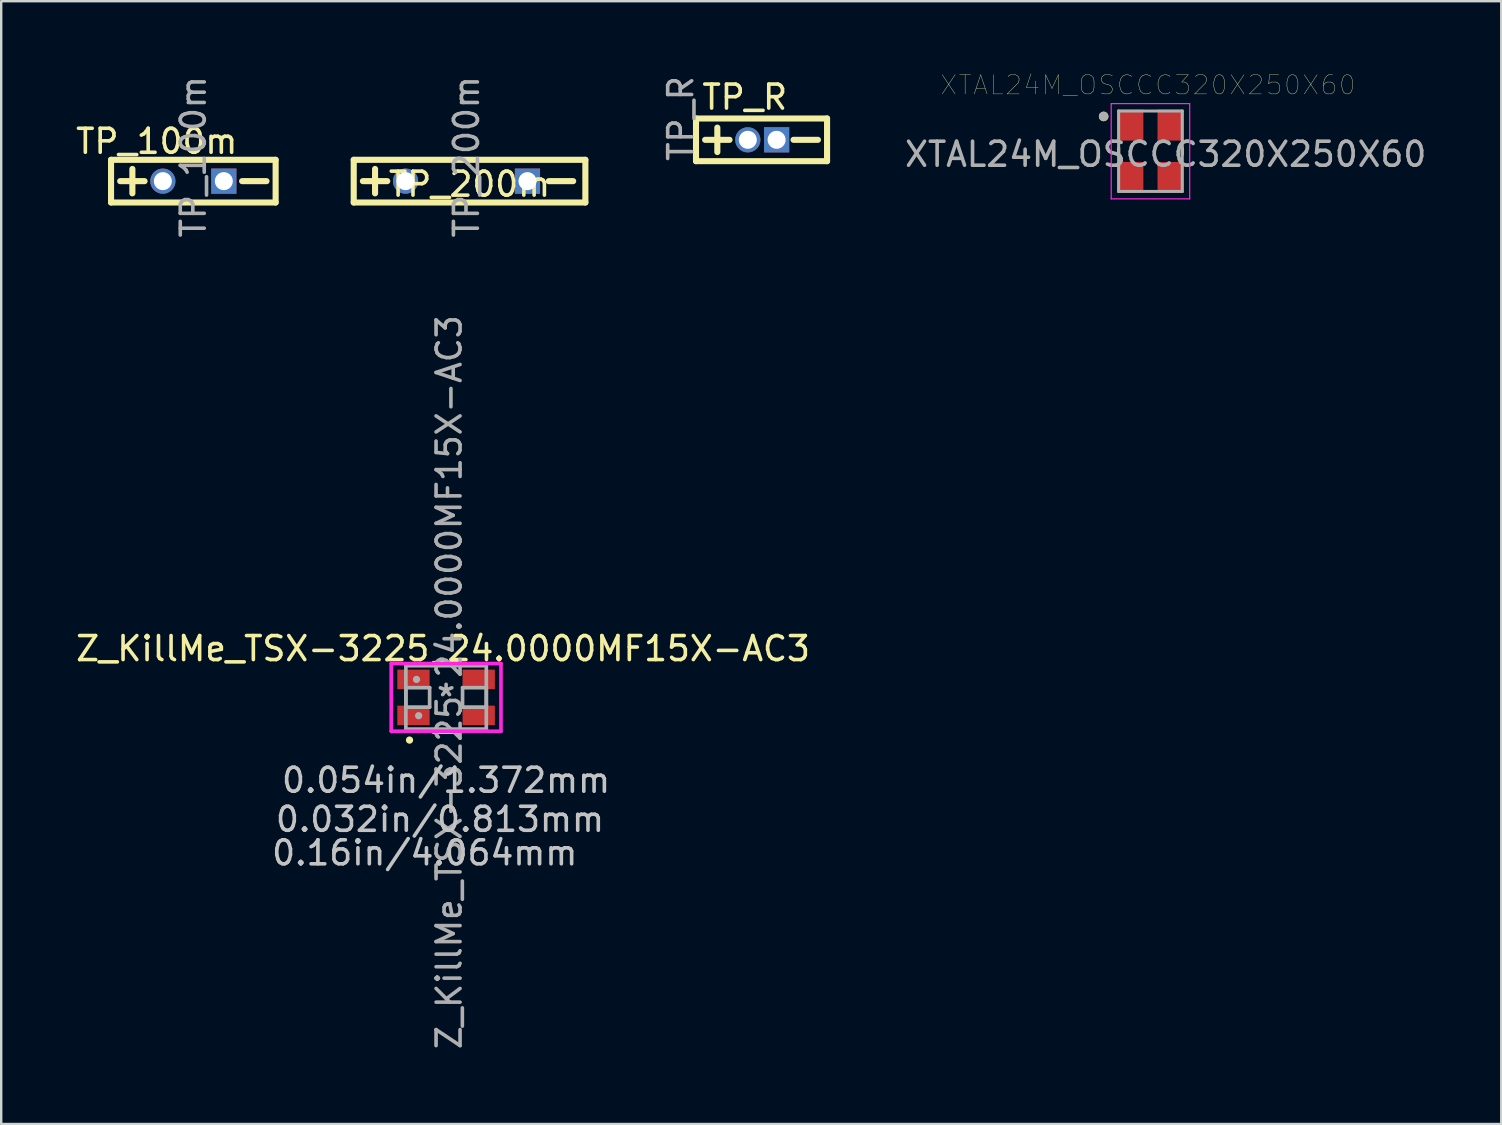
<source format=kicad_pcb>
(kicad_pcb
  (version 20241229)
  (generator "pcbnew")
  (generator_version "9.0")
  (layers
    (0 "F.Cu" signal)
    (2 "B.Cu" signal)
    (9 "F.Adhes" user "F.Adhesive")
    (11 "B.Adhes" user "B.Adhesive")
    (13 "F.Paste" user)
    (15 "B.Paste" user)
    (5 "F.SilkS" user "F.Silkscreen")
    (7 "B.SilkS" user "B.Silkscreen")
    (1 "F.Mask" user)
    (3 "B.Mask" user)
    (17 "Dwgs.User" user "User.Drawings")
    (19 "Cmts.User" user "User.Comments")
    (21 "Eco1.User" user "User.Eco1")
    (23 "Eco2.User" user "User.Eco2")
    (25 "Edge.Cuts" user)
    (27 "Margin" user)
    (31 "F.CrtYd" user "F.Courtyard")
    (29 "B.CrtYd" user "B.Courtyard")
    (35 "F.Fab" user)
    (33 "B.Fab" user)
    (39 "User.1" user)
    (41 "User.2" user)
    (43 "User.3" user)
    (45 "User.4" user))
  (footprint "TP_R"
    (layer "F.Cu")
    (at 28.11 2.776)
    (property "Reference" "TP_R" (at -0.127 -1.778 0) (layer "F.SilkS") (effects (font (size 1 1) (thickness 0.15))))
    (attr through_hole)
    (fp_poly (pts (xy 1.778 0.762) (xy -0.635 0.762) (xy -0.635 -0.762) (xy 1.778 -0.762)) (stroke (width 0.1) (type solid)) (fill yes) (layer "F.Mask"))
    (fp_line (start -2.159 -0.889) (end -2.159 0.889) (stroke (width 0.254) (type solid)) (layer "F.SilkS"))
    (fp_line (start -2.159 -0.889) (end 3.302 -0.889) (stroke (width 0.254) (type solid)) (layer "F.SilkS"))
    (fp_line (start -1.27 -0.508) (end -1.27 0.508) (stroke (width 0.254) (type solid)) (layer "F.SilkS"))
    (fp_line (start -0.762 0) (end -1.778 0) (stroke (width 0.254) (type solid)) (layer "F.SilkS"))
    (fp_line (start 1.905 0) (end 2.921 0) (stroke (width 0.254) (type solid)) (layer "F.SilkS"))
    (fp_line (start 3.302 -0.889) (end 3.302 0.889) (stroke (width 0.254) (type solid)) (layer "F.SilkS"))
    (fp_line (start 3.302 0.889) (end -2.159 0.889) (stroke (width 0.254) (type solid)) (layer "F.SilkS"))
    (fp_text user "${REFERENCE}" (at -2.794 -0.889 90) (layer "F.Fab") (effects (font (size 1 1) (thickness 0.15))))
    (pad "1" thru_hole circle (at 0 0) (size 1.05 1.05) (drill 0.75) (layers "*.Cu" "*.Mask"))
    (pad "2" thru_hole rect (at 1.2 0) (size 1.05 1.05) (drill 0.75) (layers "*.Cu" "*.Mask")))
  (footprint "Z_KillMe_TSX-3225 24.0000MF15X-AC3"
    (layer "F.Cu")
    (at 15.538 26.01)
    (property "Reference" "Z_KillMe_TSX-3225 24.0000MF15X-AC3" (at -0.127 -2.032 0) (layer "F.SilkS") (effects (font (size 1 1) (thickness 0.15))))
    (attr through_hole)
    (fp_line (start -0.525 1.448) (end 0.525 1.448) (stroke (width 0.152) (type solid)) (layer "F.SilkS"))
    (fp_line (start 0.525 -1.448) (end -0.525 -1.448) (stroke (width 0.152) (type solid)) (layer "F.SilkS"))
    (fp_circle (center -1.524 1.778) (end -1.448 1.778) (stroke (width 0.152) (type solid)) (fill no) (layer "F.SilkS"))
    (fp_line (start -2.286 -1.41) (end 2.286 -1.41) (stroke (width 0.152) (type solid)) (layer "F.CrtYd"))
    (fp_line (start -2.286 1.41) (end -2.286 -1.41) (stroke (width 0.152) (type solid)) (layer "F.CrtYd"))
    (fp_line (start 2.286 -1.41) (end 2.286 1.41) (stroke (width 0.152) (type solid)) (layer "F.CrtYd"))
    (fp_line (start 2.286 1.41) (end -2.286 1.41) (stroke (width 0.152) (type solid)) (layer "F.CrtYd"))
    (fp_line (start -1.676 -1.321) (end -1.676 1.321) (stroke (width 0.152) (type solid)) (layer "F.Fab"))
    (fp_line (start -1.676 -0.406) (end -1.676 0.406) (stroke (width 0.152) (type solid)) (layer "F.Fab"))
    (fp_line (start -1.676 0.406) (end -0.686 0.406) (stroke (width 0.152) (type solid)) (layer "F.Fab"))
    (fp_line (start -1.676 1.321) (end 1.676 1.321) (stroke (width 0.152) (type solid)) (layer "F.Fab"))
    (fp_line (start -0.686 -0.406) (end -1.676 -0.406) (stroke (width 0.152) (type solid)) (layer "F.Fab"))
    (fp_line (start -0.686 0.406) (end -0.686 -0.406) (stroke (width 0.152) (type solid)) (layer "F.Fab"))
    (fp_line (start 0.686 -0.406) (end 0.686 0.406) (stroke (width 0.152) (type solid)) (layer "F.Fab"))
    (fp_line (start 0.686 0.406) (end 1.676 0.406) (stroke (width 0.152) (type solid)) (layer "F.Fab"))
    (fp_line (start 1.676 -1.321) (end -1.676 -1.321) (stroke (width 0.152) (type solid)) (layer "F.Fab"))
    (fp_line (start 1.676 -0.406) (end 0.686 -0.406) (stroke (width 0.152) (type solid)) (layer "F.Fab"))
    (fp_line (start 1.676 0.406) (end 1.676 -0.406) (stroke (width 0.152) (type solid)) (layer "F.Fab"))
    (fp_line (start 1.676 1.321) (end 1.676 -1.321) (stroke (width 0.152) (type solid)) (layer "F.Fab"))
    (fp_circle (center -1.232 -0.75) (end -1.232 -0.75) (stroke (width 0.152) (type solid)) (fill no) (layer "F.Fab"))
    (fp_circle (center -1.143 0.762) (end -1.067 0.762) (stroke (width 0.152) (type solid)) (fill no) (layer "F.Fab"))
    (fp_text user "0.054in/1.372mm" (at 0 3.454 0) (layer "Dwgs.User") (effects (font (size 1 1) (thickness 0.15))))
    (fp_text user "0.032in/0.813mm" (at -0.254 5.08 0) (layer "Dwgs.User") (effects (font (size 1 1) (thickness 0.15))))
    (fp_text user "0.16in/4.064mm" (at -0.889 6.477 0) (layer "Dwgs.User") (effects (font (size 1 1) (thickness 0.15))))
    (fp_text user "Copyright 2016 Accelerated Designs. All rights reserved." (at 0 0 0) (layer "Cmts.User") (effects (font (size 0.127 0.127) (thickness 0.002))))
    (fp_text user "${REFERENCE}" (at 0.127 -0.635 90) (layer "F.Fab") (effects (font (size 1 1) (thickness 0.15))))
    (fp_text user "*" (at 0 0 0) (layer "F.Fab") (effects (font (size 1 1) (thickness 0.15))))
    (pad "1" smd rect (at -1.359 0.75) (size 1.346 0.813) (layers "F.Cu" "F.Mask" "F.Paste"))
    (pad "2" smd rect (at 1.359 0.75) (size 1.346 0.813) (layers "F.Cu" "F.Mask" "F.Paste"))
    (pad "3" smd rect (at 1.359 -0.75) (size 1.346 0.813) (layers "F.Cu" "F.Mask" "F.Paste"))
    (pad "4" smd rect (at -1.359 -0.75) (size 1.346 0.813) (layers "F.Cu" "F.Mask" "F.Paste")))
  (footprint "TP_100m"
    (layer "F.Cu")
    (at 3.736 4.498)
    (property "Reference" "TP_100m" (at -0.254 -1.659 0) (layer "F.SilkS") (effects (font (size 1 1) (thickness 0.15))))
    (attr through_hole)
    (fp_line (start -2.159 -0.889) (end -2.159 0.889) (stroke (width 0.254) (type solid)) (layer "F.SilkS"))
    (fp_line (start -2.159 -0.889) (end 4.699 -0.889) (stroke (width 0.254) (type solid)) (layer "F.SilkS"))
    (fp_line (start -2.159 0.889) (end 4.699 0.889) (stroke (width 0.254) (type solid)) (layer "F.SilkS"))
    (fp_line (start -1.27 -0.508) (end -1.27 0.508) (stroke (width 0.254) (type solid)) (layer "F.SilkS"))
    (fp_line (start -0.762 0) (end -1.778 0) (stroke (width 0.254) (type solid)) (layer "F.SilkS"))
    (fp_line (start 3.302 0) (end 4.318 0) (stroke (width 0.254) (type solid)) (layer "F.SilkS"))
    (fp_line (start 4.699 -0.889) (end 4.699 0.889) (stroke (width 0.254) (type solid)) (layer "F.SilkS"))
    (fp_text user "${REFERENCE}" (at 1.27 -1.016 90) (layer "F.Fab") (effects (font (size 1 1) (thickness 0.15))))
    (pad "1" thru_hole circle (at 0 0) (size 1.05 1.05) (drill 0.75) (layers "*.Cu" "*.Mask"))
    (pad "2" thru_hole rect (at 2.54 0) (size 1.05 1.05) (drill 0.75) (layers "*.Cu" "*.Mask")))
  (footprint "TP_200m"
    (layer "F.Cu")
    (at 13.848 4.498)
    (property "Reference" "TP_200m" (at 2.667 0.127 0) (layer "F.SilkS") (effects (font (size 1 1) (thickness 0.15))))
    (attr through_hole)
    (fp_line (start -2.159 -0.889) (end -2.159 0.889) (stroke (width 0.254) (type solid)) (layer "F.SilkS"))
    (fp_line (start -2.159 -0.889) (end 7.493 -0.889) (stroke (width 0.254) (type solid)) (layer "F.SilkS"))
    (fp_line (start -2.159 0.889) (end 7.493 0.889) (stroke (width 0.254) (type solid)) (layer "F.SilkS"))
    (fp_line (start -1.27 -0.508) (end -1.27 0.508) (stroke (width 0.254) (type solid)) (layer "F.SilkS"))
    (fp_line (start -0.762 0) (end -1.778 0) (stroke (width 0.254) (type solid)) (layer "F.SilkS"))
    (fp_line (start 5.969 0) (end 6.985 0) (stroke (width 0.254) (type solid)) (layer "F.SilkS"))
    (fp_line (start 7.493 -0.889) (end 7.493 0.889) (stroke (width 0.254) (type solid)) (layer "F.SilkS"))
    (fp_text user "${REFERENCE}" (at 2.54 -1.016 90) (layer "F.Fab") (effects (font (size 1 1) (thickness 0.15))))
    (pad "1" thru_hole circle (at 0 0) (size 1.05 1.05) (drill 0.75) (layers "*.Cu" "*.Mask"))
    (pad "2" thru_hole rect (at 5.08 0) (size 1.05 1.05) (drill 0.75) (layers "*.Cu" "*.Mask")))
  (footprint "XTAL24M_OSCCC320X250X60"
    (layer "F.Cu")
    (at 44.887 3.252)
    (property "Reference" "XTAL24M_OSCCC320X250X60" (at -0.103 -2.758 0) (layer "F.SilkS") (effects (font (size 0.8 0.8) (thickness 0.015))))
    (attr through_hole)
    (fp_line (start -1.325 0.132) (end -1.325 -0.132) (stroke (width 0.127) (type solid)) (layer "F.SilkS"))
    (fp_line (start 1.325 -0.132) (end 1.325 0.132) (stroke (width 0.127) (type solid)) (layer "F.SilkS"))
    (fp_circle (center -1.95 -1.45) (end -1.85 -1.45) (stroke (width 0.2) (type solid)) (fill no) (layer "F.SilkS"))
    (fp_line (start -1.635 -1.985) (end 1.635 -1.985) (stroke (width 0.05) (type solid)) (layer "F.CrtYd"))
    (fp_line (start -1.635 1.985) (end -1.635 -1.985) (stroke (width 0.05) (type solid)) (layer "F.CrtYd"))
    (fp_line (start 1.635 -1.985) (end 1.635 1.985) (stroke (width 0.05) (type solid)) (layer "F.CrtYd"))
    (fp_line (start 1.635 1.985) (end -1.635 1.985) (stroke (width 0.05) (type solid)) (layer "F.CrtYd"))
    (fp_line (start -1.325 -1.675) (end 1.325 -1.675) (stroke (width 0.127) (type solid)) (layer "F.Fab"))
    (fp_line (start -1.325 1.675) (end -1.325 -1.675) (stroke (width 0.127) (type solid)) (layer "F.Fab"))
    (fp_line (start 1.325 -1.675) (end 1.325 1.675) (stroke (width 0.127) (type solid)) (layer "F.Fab"))
    (fp_line (start 1.325 1.675) (end -1.325 1.675) (stroke (width 0.127) (type solid)) (layer "F.Fab"))
    (fp_circle (center -1.95 -1.45) (end -1.85 -1.45) (stroke (width 0.2) (type solid)) (fill no) (layer "F.Fab"))
    (fp_text user "${REFERENCE}" (at 0.635 0.127 180) (layer "F.Fab") (effects (font (size 1 1) (thickness 0.15))))
    (pad "1" smd rect (at -0.84 -1.09) (size 1.09 1.29) (layers "F.Cu" "F.Mask" "F.Paste"))
    (pad "2" smd rect (at -0.84 1.09) (size 1.09 1.29) (layers "F.Cu" "F.Mask" "F.Paste"))
    (pad "3" smd rect (at 0.84 1.09) (size 1.09 1.29) (layers "F.Cu" "F.Mask" "F.Paste"))
    (pad "4" smd rect (at 0.84 -1.09) (size 1.09 1.29) (layers "F.Cu" "F.Mask" "F.Paste")))
  (gr_rect
    (start -3 -3)
    (end 59.504 43.786)
    (stroke (width 0.1) (type default))
    (fill no)
    (layer "Edge.Cuts")))
</source>
